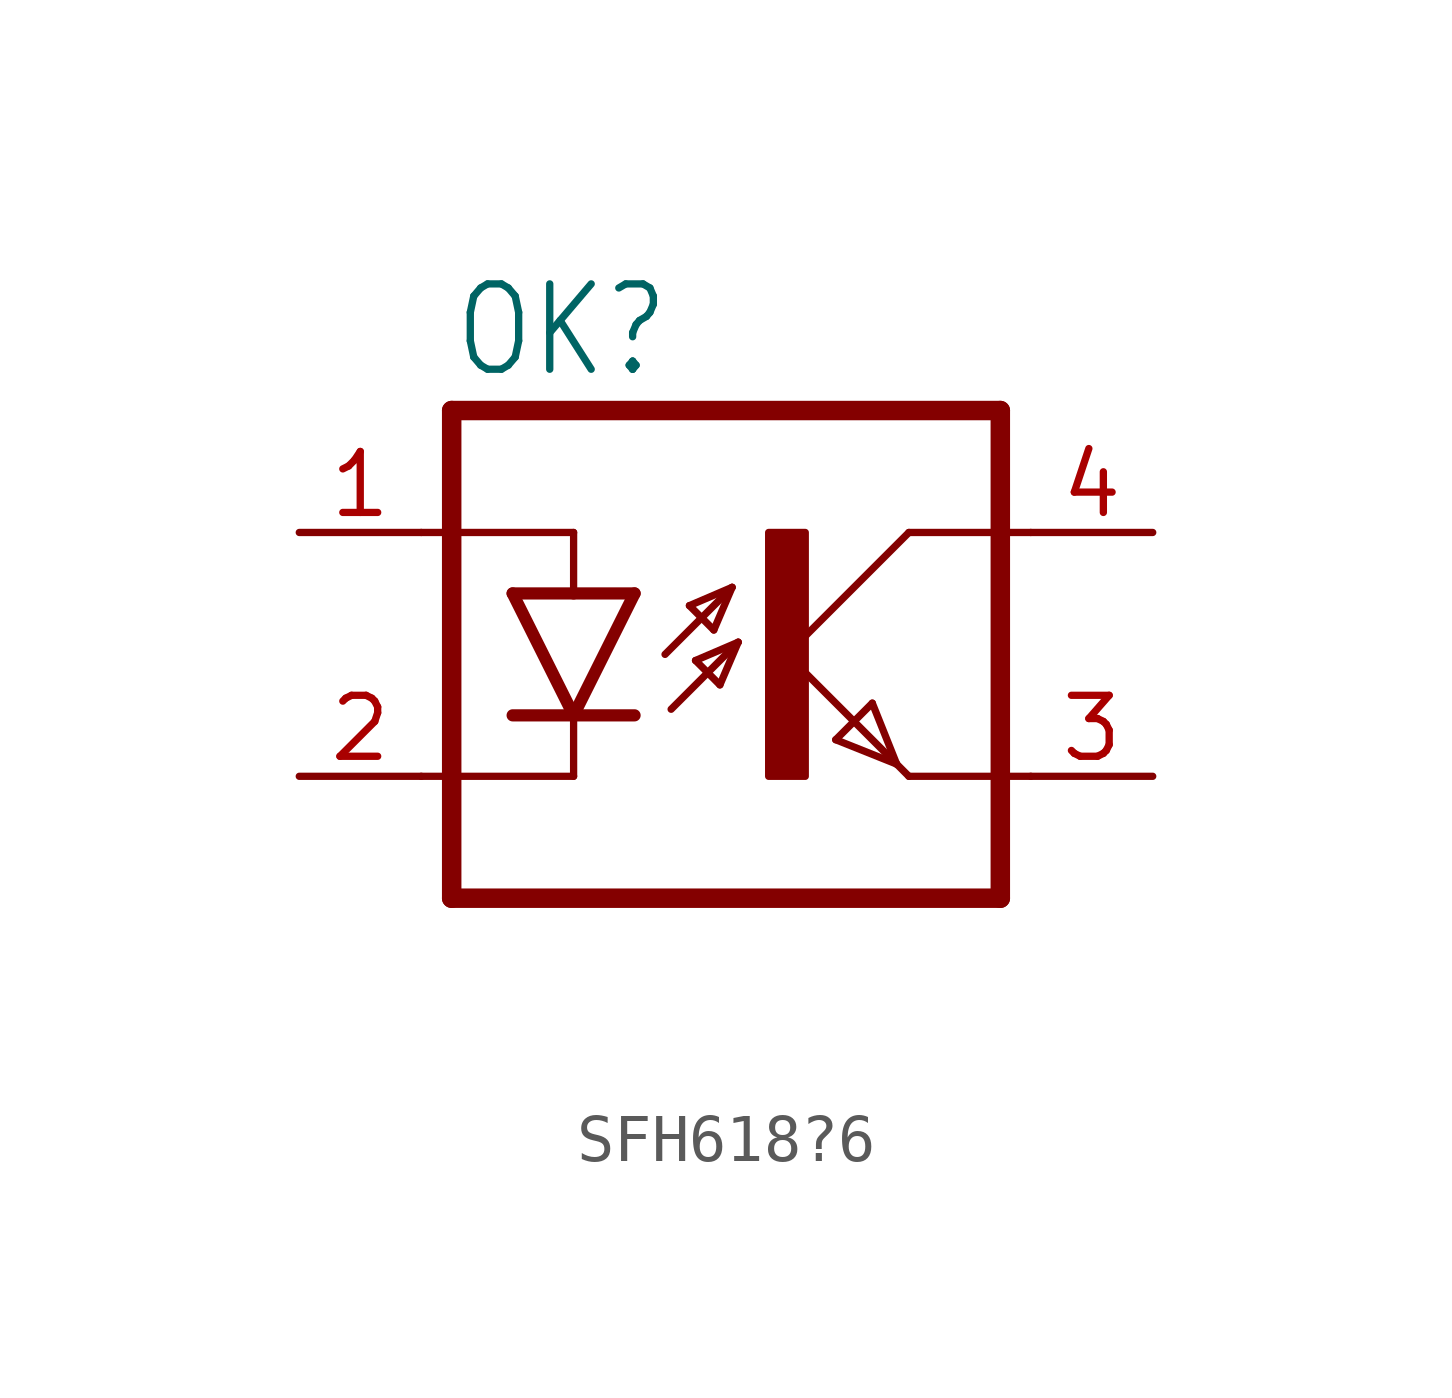
<source format=kicad_sym>
(kicad_symbol_lib
  (version 20220914)
  (generator kicad_symbol_editor)
  (symbol "SFH618?6"
    (property "Reference" "OK"
      (at -6.985 5.715 0)
      (effects (font (size 1.778 1.511)) (justify left bottom)))
    (property "Value" ""
      (at -6.985 -7.62 0)
      (effects (font (size 1.778 1.511)) (justify left bottom)))
    (property "ki_locked" ""
      (at 0 0 0)
      (effects (font (size 1.27 1.27))))
    (symbol "SFH618?6_1_0"
      (rectangle (start -0.381 -2.54) (end 0.381 2.54) (stroke (width 0) (type default)) (fill (type outline)))
      (polyline (pts (xy -6.985 -5.08) (xy 4.445 -5.08)) (stroke (width 0.406) (type solid)) (fill (type none)))
      (polyline (pts (xy -6.985 5.08) (xy -6.985 -5.08)) (stroke (width 0.406) (type solid)) (fill (type none)))
      (polyline (pts (xy -6.985 5.08) (xy 4.445 5.08)) (stroke (width 0.406) (type solid)) (fill (type none)))
      (polyline (pts (xy -4.445 -2.54) (xy -7.62 -2.54)) (stroke (width 0.152) (type solid)) (fill (type none)))
      (polyline (pts (xy -4.445 -1.27) (xy -5.715 -1.27)) (stroke (width 0.254) (type solid)) (fill (type none)))
      (polyline (pts (xy -4.445 -1.27) (xy -5.715 1.27)) (stroke (width 0.254) (type solid)) (fill (type none)))
      (polyline (pts (xy -4.445 -1.27) (xy -4.445 -2.54)) (stroke (width 0.152) (type solid)) (fill (type none)))
      (polyline (pts (xy -4.445 1.27) (xy -5.715 1.27)) (stroke (width 0.254) (type solid)) (fill (type none)))
      (polyline (pts (xy -4.445 2.54) (xy -7.62 2.54)) (stroke (width 0.152) (type solid)) (fill (type none)))
      (polyline (pts (xy -4.445 2.54) (xy -4.445 1.27)) (stroke (width 0.152) (type solid)) (fill (type none)))
      (polyline (pts (xy -3.175 -1.27) (xy -4.445 -1.27)) (stroke (width 0.254) (type solid)) (fill (type none)))
      (polyline (pts (xy -3.175 1.27) (xy -4.445 -1.27)) (stroke (width 0.254) (type solid)) (fill (type none)))
      (polyline (pts (xy -3.175 1.27) (xy -4.445 1.27)) (stroke (width 0.254) (type solid)) (fill (type none)))
      (polyline (pts (xy -2.54 0) (xy -1.143 1.397)) (stroke (width 0.152) (type solid)) (fill (type none)))
      (polyline (pts (xy -2.413 -1.143) (xy -1.016 0.254)) (stroke (width 0.152) (type solid)) (fill (type none)))
      (polyline (pts (xy -2.032 1.016) (xy -1.524 0.508)) (stroke (width 0.152) (type solid)) (fill (type none)))
      (polyline (pts (xy -1.905 -0.127) (xy -1.397 -0.635)) (stroke (width 0.152) (type solid)) (fill (type none)))
      (polyline (pts (xy -1.524 0.508) (xy -1.143 1.397)) (stroke (width 0.152) (type solid)) (fill (type none)))
      (polyline (pts (xy -1.397 -0.635) (xy -1.016 0.254)) (stroke (width 0.152) (type solid)) (fill (type none)))
      (polyline (pts (xy -1.143 1.397) (xy -2.032 1.016)) (stroke (width 0.152) (type solid)) (fill (type none)))
      (polyline (pts (xy -1.016 0.254) (xy -1.905 -0.127)) (stroke (width 0.152) (type solid)) (fill (type none)))
      (polyline (pts (xy 0 0) (xy 2.286 -2.286)) (stroke (width 0.152) (type solid)) (fill (type none)))
      (polyline (pts (xy 1.016 -1.778) (xy 1.778 -1.016)) (stroke (width 0.152) (type solid)) (fill (type none)))
      (polyline (pts (xy 1.778 -1.016) (xy 2.286 -2.286)) (stroke (width 0.152) (type solid)) (fill (type none)))
      (polyline (pts (xy 2.286 -2.286) (xy 1.016 -1.778)) (stroke (width 0.152) (type solid)) (fill (type none)))
      (polyline (pts (xy 2.286 -2.286) (xy 2.54 -2.54)) (stroke (width 0.152) (type solid)) (fill (type none)))
      (polyline (pts (xy 2.54 -2.54) (xy 5.08 -2.54)) (stroke (width 0.152) (type solid)) (fill (type none)))
      (polyline (pts (xy 2.54 2.54) (xy 0 0)) (stroke (width 0.152) (type solid)) (fill (type none)))
      (polyline (pts (xy 2.54 2.54) (xy 5.08 2.54)) (stroke (width 0.152) (type solid)) (fill (type none)))
      (polyline (pts (xy 4.445 5.08) (xy 4.445 -5.08)) (stroke (width 0.406) (type solid)) (fill (type none)))
      (pin passive line (at -10.16 2.54 0) (length 2.54) (name "A" (effects (font (size 0 0)))) (number "1" (effects (font (size 1.27 1.27)))))
      (pin passive line (at -10.16 -2.54 0) (length 2.54) (name "C" (effects (font (size 0 0)))) (number "2" (effects (font (size 1.27 1.27)))))
      (pin passive line (at 7.62 -2.54 180) (length 2.54) (name "EMIT" (effects (font (size 0 0)))) (number "3" (effects (font (size 1.27 1.27)))))
      (pin passive line (at 7.62 2.54 180) (length 2.54) (name "COL" (effects (font (size 0 0)))) (number "4" (effects (font (size 1.27 1.27))))))))
</source>
